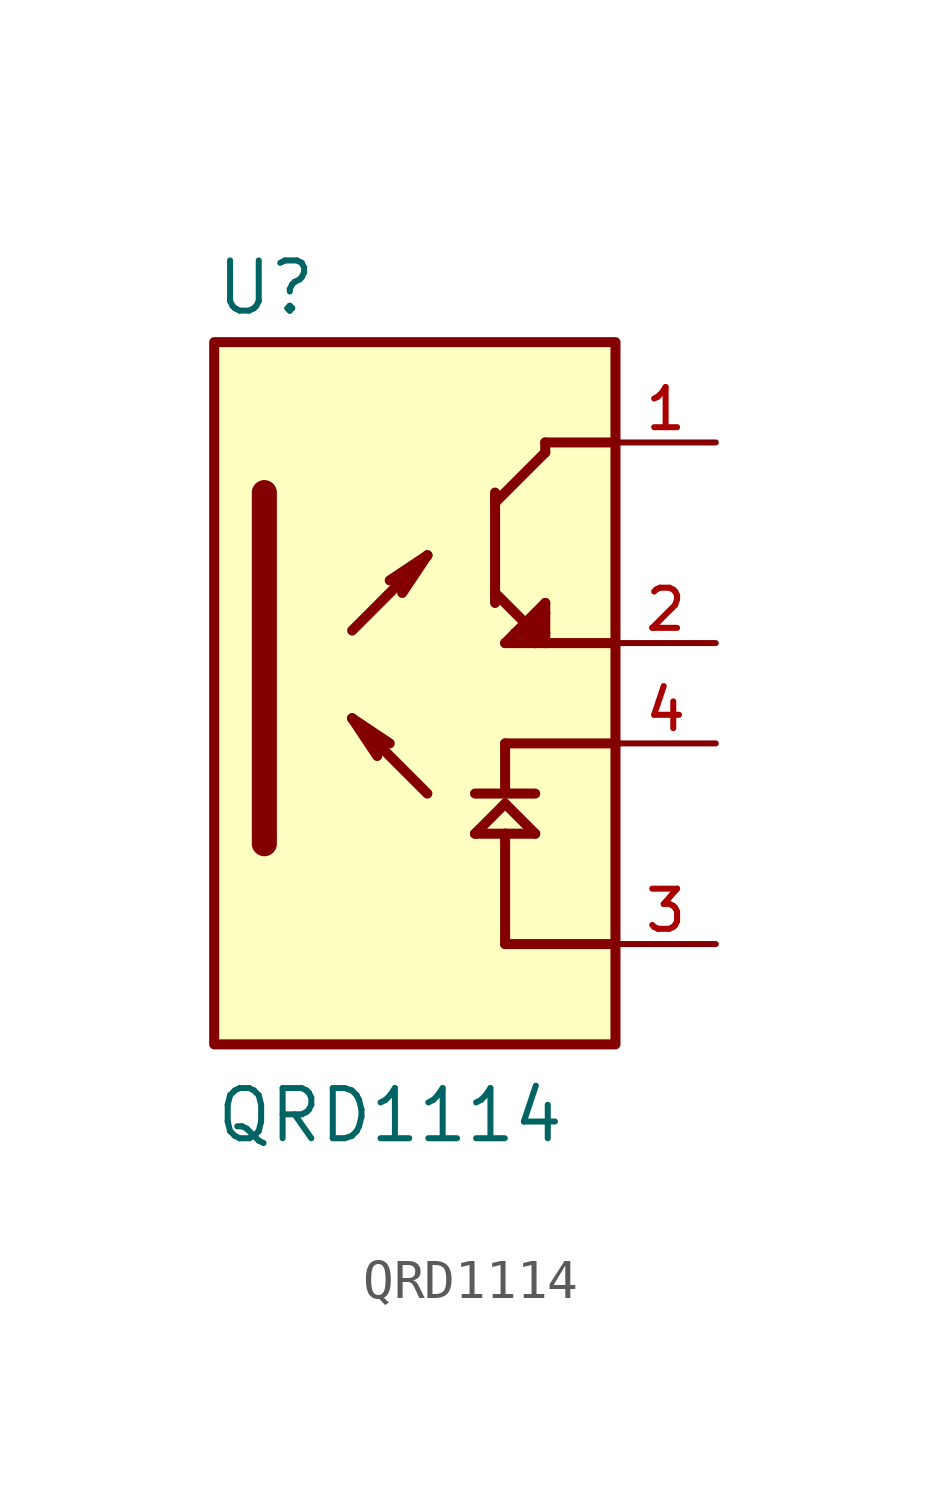
<source format=kicad_sym>
(kicad_symbol_lib
  (version 20211014)
  (generator kicad_symbol_editor)
  (symbol "QRD1114"
    (pin_names
      (offset 1.016))
    (property "Reference" "U"
      (at -5.08 10.795 0)
      (effects (font (size 1.27 1.27)) (justify bottom left)))
    (property "Value" "QRD1114"
      (at -5.08 -10.16 0)
      (effects (font (size 1.27 1.27)) (justify bottom left)))
    (symbol "QRD1114_0_0"
      (polyline (pts (xy 5.08 -5.08) (xy 2.286 -5.08)) (stroke (width 0.254)))
      (polyline (pts (xy 2.286 -5.08) (xy 2.286 -2.286)) (stroke (width 0.254)))
      (polyline (pts (xy 2.286 -2.286) (xy 1.524 -2.286)) (stroke (width 0.254)))
      (polyline (pts (xy 2.286 -2.286) (xy 3.048 -2.286)) (stroke (width 0.254)))
      (polyline (pts (xy 3.048 -2.286) (xy 2.286 -1.524)) (stroke (width 0.254)))
      (polyline (pts (xy 2.286 -1.524) (xy 1.524 -2.286)) (stroke (width 0.254)))
      (polyline (pts (xy 3.048 -1.27) (xy 1.524 -1.27)) (stroke (width 0.254)))
      (polyline (pts (xy 2.286 -1.27) (xy 2.286 0.0)) (stroke (width 0.254)))
      (polyline (pts (xy 2.286 0.0) (xy 5.08 0.0)) (stroke (width 0.254)))
      (polyline (pts (xy 5.08 7.62) (xy 3.302 7.62)) (stroke (width 0.254)))
      (polyline (pts (xy 3.302 7.62) (xy 3.302 7.366)) (stroke (width 0.254)))
      (polyline (pts (xy 3.302 7.366) (xy 2.032 6.096)) (stroke (width 0.254)))
      (polyline (pts (xy 2.032 6.096) (xy 2.032 3.81)) (stroke (width 0.254)))
      (polyline (pts (xy 2.032 3.81) (xy 3.302 2.54)) (stroke (width 0.254)))
      (polyline (pts (xy 3.302 2.54) (xy 5.08 2.54)) (stroke (width 0.254)))
      (polyline (pts (xy 3.302 2.794) (xy 3.302 3.302)) (stroke (width 0.254)))
      (polyline (pts (xy 3.302 3.302) (xy 3.302 3.556)) (stroke (width 0.254)))
      (polyline (pts (xy 3.302 3.556) (xy 2.54 2.794)) (stroke (width 0.254)))
      (polyline (pts (xy 2.54 2.794) (xy 2.286 2.54)) (stroke (width 0.254)))
      (polyline (pts (xy 2.286 2.54) (xy 3.048 2.54)) (stroke (width 0.254)))
      (polyline (pts (xy 3.048 2.54) (xy 3.302 2.54)) (stroke (width 0.254)))
      (polyline (pts (xy 3.302 2.54) (xy 3.302 2.794)) (stroke (width 0.254)))
      (polyline (pts (xy 3.302 2.794) (xy 3.048 3.048)) (stroke (width 0.254)))
      (polyline (pts (xy 3.048 3.048) (xy 2.794 2.794)) (stroke (width 0.254)))
      (polyline (pts (xy 2.54 2.794) (xy 2.794 2.794)) (stroke (width 0.254)))
      (polyline (pts (xy 2.794 2.794) (xy 3.048 2.54)) (stroke (width 0.254)))
      (polyline (pts (xy 3.048 2.54) (xy 3.048 3.048)) (stroke (width 0.254)))
      (polyline (pts (xy 3.048 3.048) (xy 3.302 3.302)) (stroke (width 0.254)))
      (polyline (pts (xy 2.032 3.81) (xy 2.032 3.556)) (stroke (width 0.254)))
      (polyline (pts (xy 2.032 6.096) (xy 2.032 6.35)) (stroke (width 0.254)))
      (polyline (pts (xy -3.81 6.35) (xy -3.81 -2.54)) (stroke (width 0.635)))
      (polyline (pts (xy 0.318 -1.27) (xy -1.587 0.635)) (stroke (width 0.254)))
      (polyline (pts (xy -1.587 0.635) (xy -0.953 -0.318)) (stroke (width 0.254)))
      (polyline (pts (xy -1.587 0.635) (xy -0.635 0.0)) (stroke (width 0.254)))
      (polyline (pts (xy -1.587 2.857) (xy 0.318 4.763)) (stroke (width 0.254)))
      (polyline (pts (xy 0.318 4.763) (xy -0.635 4.128)) (stroke (width 0.254)))
      (polyline (pts (xy 0.318 4.763) (xy -0.318 3.81)) (stroke (width 0.254)))
      (rectangle (start -5.08 -7.62) (end 5.08 10.16) (stroke (width 0.254)) (fill (type background)))
      (pin passive line (at 7.62 -5.08 180.0) (length 2.54) (name "~" (effects (font (size 1.016 1.016)))) (number "3" (effects (font (size 1.016 1.016)))))
      (pin passive line (at 7.62 0.0 180.0) (length 2.54) (name "~" (effects (font (size 1.016 1.016)))) (number "4" (effects (font (size 1.016 1.016)))))
      (pin passive line (at 7.62 7.62 180.0) (length 2.54) (name "~" (effects (font (size 1.016 1.016)))) (number "1" (effects (font (size 1.016 1.016)))))
      (pin passive line (at 7.62 2.54 180.0) (length 2.54) (name "~" (effects (font (size 1.016 1.016)))) (number "2" (effects (font (size 1.016 1.016))))))))
</source>
